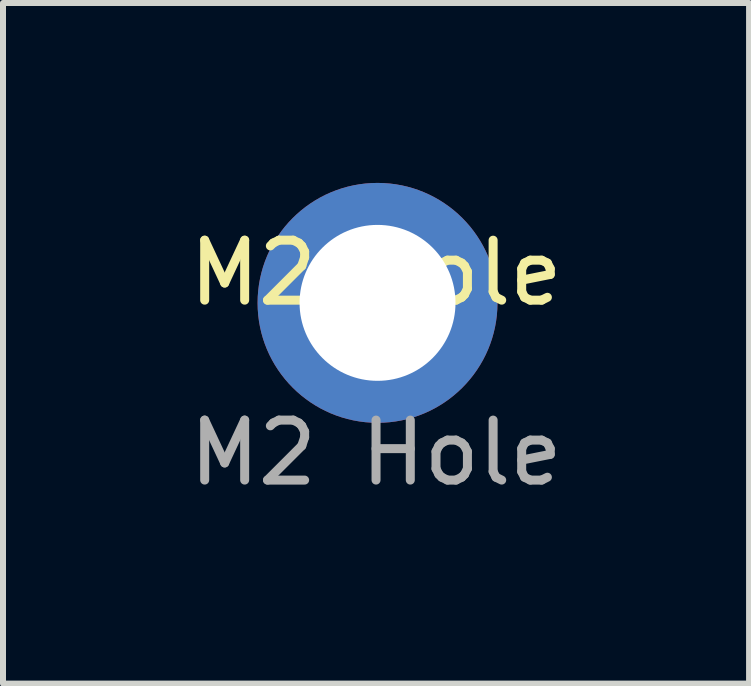
<source format=kicad_pcb>
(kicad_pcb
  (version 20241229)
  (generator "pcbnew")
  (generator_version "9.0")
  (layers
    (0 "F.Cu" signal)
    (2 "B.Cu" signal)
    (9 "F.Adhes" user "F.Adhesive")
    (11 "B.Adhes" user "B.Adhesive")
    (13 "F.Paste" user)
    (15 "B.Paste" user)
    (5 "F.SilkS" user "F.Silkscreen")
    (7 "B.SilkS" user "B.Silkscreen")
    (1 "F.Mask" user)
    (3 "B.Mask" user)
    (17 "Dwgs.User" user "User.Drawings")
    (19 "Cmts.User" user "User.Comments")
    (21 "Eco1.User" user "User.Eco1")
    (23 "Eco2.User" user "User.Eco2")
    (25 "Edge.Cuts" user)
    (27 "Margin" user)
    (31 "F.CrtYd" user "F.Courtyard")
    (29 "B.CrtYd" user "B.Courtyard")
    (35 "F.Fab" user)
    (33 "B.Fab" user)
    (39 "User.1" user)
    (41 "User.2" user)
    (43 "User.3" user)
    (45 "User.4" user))
  (footprint "M2 Hole"
    (layer "F.Cu")
    (at 3.22 2)
    (property "Reference" "M2 Hole" (at 0 -0.5 0) (unlocked yes) (layer "F.SilkS") (effects (font (size 1 1) (thickness 0.15))))
    (attr through_hole)
    (fp_text user "${REFERENCE}" (at 0 2.5 0) (unlocked yes) (layer "F.Fab") (effects (font (size 1 1) (thickness 0.15))))
    (pad "1" thru_hole circle (at 0.025 0) (size 4 4) (drill 2.6) (layers "*.Cu" "*.Mask")))
  (gr_rect
    (start -3 -3)
    (end 9.44 8.348)
    (stroke (width 0.1) (type default))
    (fill no)
    (layer "Edge.Cuts")))
</source>
